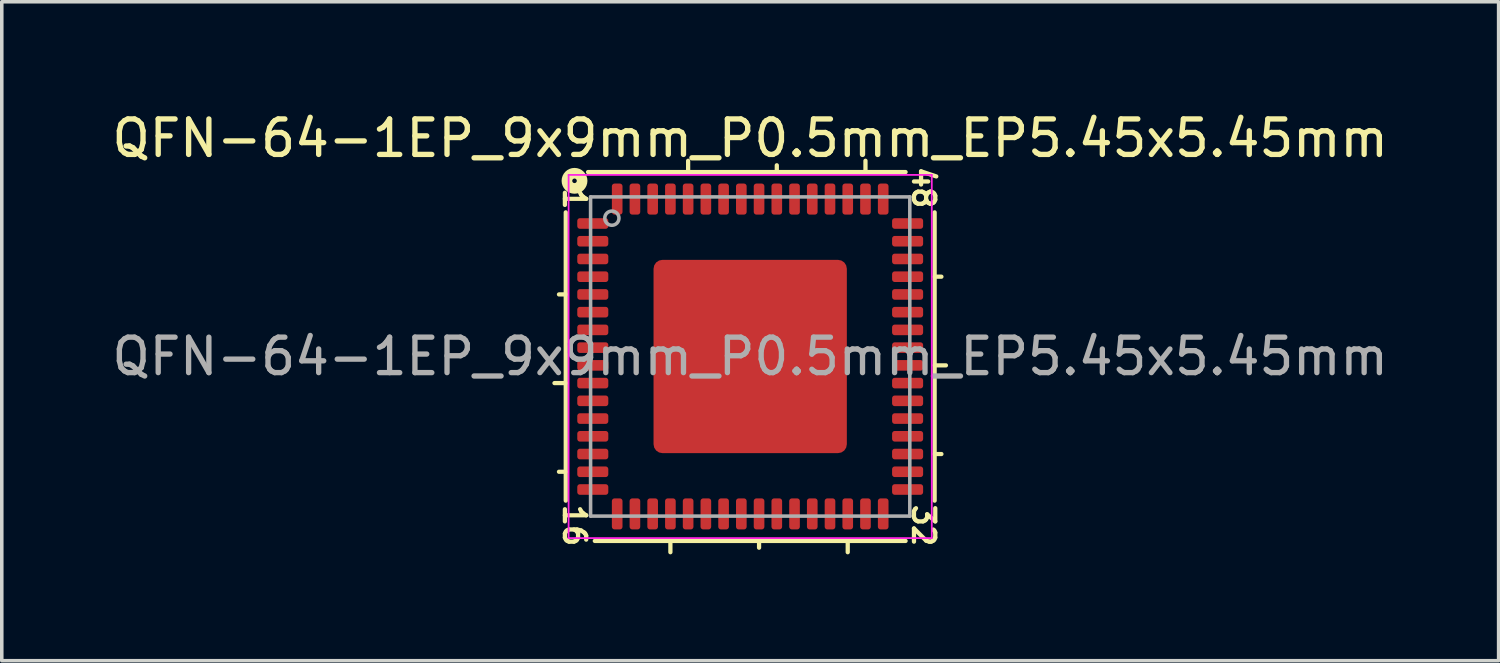
<source format=kicad_pcb>
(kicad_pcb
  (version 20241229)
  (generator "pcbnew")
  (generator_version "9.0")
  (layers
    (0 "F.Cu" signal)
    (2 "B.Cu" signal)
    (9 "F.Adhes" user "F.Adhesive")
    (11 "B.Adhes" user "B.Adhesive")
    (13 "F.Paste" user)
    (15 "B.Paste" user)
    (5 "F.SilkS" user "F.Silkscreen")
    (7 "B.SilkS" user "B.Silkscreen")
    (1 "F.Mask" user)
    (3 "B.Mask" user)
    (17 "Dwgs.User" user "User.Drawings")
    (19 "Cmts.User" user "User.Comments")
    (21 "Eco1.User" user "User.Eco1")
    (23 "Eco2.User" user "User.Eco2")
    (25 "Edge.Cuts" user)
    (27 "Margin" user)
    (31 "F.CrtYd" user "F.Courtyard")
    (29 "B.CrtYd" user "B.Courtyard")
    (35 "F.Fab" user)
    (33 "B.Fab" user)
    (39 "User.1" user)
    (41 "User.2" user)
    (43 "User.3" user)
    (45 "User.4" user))
  (footprint "QFN-64-1EP_9x9mm_P0.5mm_EP5.45x5.45mm"
    (layer "F.Cu")
    (at 18.101 7.001)
    (property "Reference" "QFN-64-1EP_9x9mm_P0.5mm_EP5.45x5.45mm" (at 0 -6.152 0) (layer "F.SilkS") (effects (font (size 1 1) (thickness 0.15))))
    (attr smd)
    (fp_line (start -5.2 -4.064) (end -5.2 4.064) (stroke (width 0.12) (type solid)) (layer "F.SilkS"))
    (fp_line (start -5.2 -1.75) (end -5.391 -1.75) (stroke (width 0.12) (type solid)) (layer "F.SilkS"))
    (fp_line (start -5.2 0.75) (end -5.518 0.75) (stroke (width 0.12) (type solid)) (layer "F.SilkS"))
    (fp_line (start -5.2 3.25) (end -5.391 3.25) (stroke (width 0.12) (type solid)) (layer "F.SilkS"))
    (fp_line (start -4.381 5.2) (end 4.381 5.2) (stroke (width 0.12) (type solid)) (layer "F.SilkS"))
    (fp_line (start -2.25 5.2) (end -2.25 5.518) (stroke (width 0.12) (type solid)) (layer "F.SilkS"))
    (fp_line (start -1.75 -5.2) (end -1.75 -5.518) (stroke (width 0.12) (type solid)) (layer "F.SilkS"))
    (fp_line (start 0.25 5.2) (end 0.25 5.391) (stroke (width 0.12) (type solid)) (layer "F.SilkS"))
    (fp_line (start 0.75 -5.2) (end 0.75 -5.391) (stroke (width 0.12) (type solid)) (layer "F.SilkS"))
    (fp_line (start 2.75 5.2) (end 2.75 5.518) (stroke (width 0.12) (type solid)) (layer "F.SilkS"))
    (fp_line (start 3.25 -5.2) (end 3.25 -5.518) (stroke (width 0.12) (type solid)) (layer "F.SilkS"))
    (fp_line (start 4.381 -5.2) (end -4.572 -5.2) (stroke (width 0.12) (type solid)) (layer "F.SilkS"))
    (fp_line (start 5.2 -2.25) (end 5.391 -2.25) (stroke (width 0.12) (type solid)) (layer "F.SilkS"))
    (fp_line (start 5.2 0.25) (end 5.518 0.25) (stroke (width 0.12) (type solid)) (layer "F.SilkS"))
    (fp_line (start 5.2 2.75) (end 5.391 2.75) (stroke (width 0.12) (type solid)) (layer "F.SilkS"))
    (fp_line (start 5.2 4.064) (end 5.2 -4.064) (stroke (width 0.12) (type solid)) (layer "F.SilkS"))
    (fp_circle (center -4.953 -4.953) (end -4.889 -4.953) (stroke (width 0.3) (type solid)) (fill no) (layer "F.SilkS"))
    (fp_line (start -5.12 -5.12) (end -5.12 5.12) (stroke (width 0.05) (type solid)) (layer "F.CrtYd"))
    (fp_line (start -5.12 5.12) (end 5.12 5.12) (stroke (width 0.05) (type solid)) (layer "F.CrtYd"))
    (fp_line (start 5.12 -5.12) (end -5.12 -5.12) (stroke (width 0.05) (type solid)) (layer "F.CrtYd"))
    (fp_line (start 5.12 5.12) (end 5.12 -5.12) (stroke (width 0.05) (type solid)) (layer "F.CrtYd"))
    (fp_line (start -4.5 -4.5) (end 4.5 -4.5) (stroke (width 0.1) (type solid)) (layer "F.Fab"))
    (fp_line (start -4.5 4.5) (end -4.5 -4.5) (stroke (width 0.1) (type solid)) (layer "F.Fab"))
    (fp_line (start 4.5 -4.5) (end 4.5 4.5) (stroke (width 0.1) (type solid)) (layer "F.Fab"))
    (fp_line (start 4.5 4.5) (end -4.5 4.5) (stroke (width 0.1) (type solid)) (layer "F.Fab"))
    (fp_circle (center -3.9 -3.9) (end -3.7 -3.9) (stroke (width 0.1) (type solid)) (fill no) (layer "F.Fab"))
    (fp_text user "1" (at -4.953 -4.445 270) (unlocked yes) (layer "F.SilkS") (effects (font (size 0.6 0.6) (thickness 0.12))))
    (fp_text user "48" (at 4.889 -4.763 270) (unlocked yes) (layer "F.SilkS") (effects (font (size 0.6 0.6) (thickness 0.12))))
    (fp_text user "32" (at 4.889 4.763 270) (unlocked yes) (layer "F.SilkS") (effects (font (size 0.6 0.6) (thickness 0.12))))
    (fp_text user "16" (at -4.953 4.763 270) (unlocked yes) (layer "F.SilkS") (effects (font (size 0.6 0.6) (thickness 0.12))))
    (fp_text user "${REFERENCE}" (at 0 0 0) (layer "F.Fab") (effects (font (size 1 1) (thickness 0.15))))
    (pad "" smd roundrect (at -2.04 -2.04) (size 1.1 1.1) (layers "F.Paste") (roundrect_rratio 0.227))
    (pad "" smd roundrect (at -2.04 -0.68) (size 1.1 1.1) (layers "F.Paste") (roundrect_rratio 0.227))
    (pad "" smd roundrect (at -2.04 0.68) (size 1.1 1.1) (layers "F.Paste") (roundrect_rratio 0.227))
    (pad "" smd roundrect (at -2.04 2.04) (size 1.1 1.1) (layers "F.Paste") (roundrect_rratio 0.227))
    (pad "" smd roundrect (at -0.68 -2.04) (size 1.1 1.1) (layers "F.Paste") (roundrect_rratio 0.227))
    (pad "" smd roundrect (at -0.68 -0.68) (size 1.1 1.1) (layers "F.Paste") (roundrect_rratio 0.227))
    (pad "" smd roundrect (at -0.68 0.68) (size 1.1 1.1) (layers "F.Paste") (roundrect_rratio 0.227))
    (pad "" smd roundrect (at -0.68 2.04) (size 1.1 1.1) (layers "F.Paste") (roundrect_rratio 0.227))
    (pad "" smd roundrect (at 0.68 -2.04) (size 1.1 1.1) (layers "F.Paste") (roundrect_rratio 0.227))
    (pad "" smd roundrect (at 0.68 -0.68) (size 1.1 1.1) (layers "F.Paste") (roundrect_rratio 0.227))
    (pad "" smd roundrect (at 0.68 0.68) (size 1.1 1.1) (layers "F.Paste") (roundrect_rratio 0.227))
    (pad "" smd roundrect (at 0.68 2.04) (size 1.1 1.1) (layers "F.Paste") (roundrect_rratio 0.227))
    (pad "" smd roundrect (at 2.04 -2.04) (size 1.1 1.1) (layers "F.Paste") (roundrect_rratio 0.227))
    (pad "" smd roundrect (at 2.04 -0.68) (size 1.1 1.1) (layers "F.Paste") (roundrect_rratio 0.227))
    (pad "" smd roundrect (at 2.04 0.68) (size 1.1 1.1) (layers "F.Paste") (roundrect_rratio 0.227))
    (pad "" smd roundrect (at 2.04 2.04) (size 1.1 1.1) (layers "F.Paste") (roundrect_rratio 0.227))
    (pad "1" smd roundrect (at -4.438 -3.75) (size 0.875 0.3) (layers "F.Cu" "F.Mask" "F.Paste") (roundrect_rratio 0.25))
    (pad "2" smd roundrect (at -4.438 -3.25) (size 0.875 0.3) (layers "F.Cu" "F.Mask" "F.Paste") (roundrect_rratio 0.25))
    (pad "3" smd roundrect (at -4.438 -2.75) (size 0.875 0.3) (layers "F.Cu" "F.Mask" "F.Paste") (roundrect_rratio 0.25))
    (pad "4" smd roundrect (at -4.438 -2.25) (size 0.875 0.3) (layers "F.Cu" "F.Mask" "F.Paste") (roundrect_rratio 0.25))
    (pad "5" smd roundrect (at -4.438 -1.75) (size 0.875 0.3) (layers "F.Cu" "F.Mask" "F.Paste") (roundrect_rratio 0.25))
    (pad "6" smd roundrect (at -4.438 -1.25) (size 0.875 0.3) (layers "F.Cu" "F.Mask" "F.Paste") (roundrect_rratio 0.25))
    (pad "7" smd roundrect (at -4.438 -0.75) (size 0.875 0.3) (layers "F.Cu" "F.Mask" "F.Paste") (roundrect_rratio 0.25))
    (pad "8" smd roundrect (at -4.438 -0.25) (size 0.875 0.3) (layers "F.Cu" "F.Mask" "F.Paste") (roundrect_rratio 0.25))
    (pad "9" smd roundrect (at -4.438 0.25) (size 0.875 0.3) (layers "F.Cu" "F.Mask" "F.Paste") (roundrect_rratio 0.25))
    (pad "10" smd roundrect (at -4.438 0.75) (size 0.875 0.3) (layers "F.Cu" "F.Mask" "F.Paste") (roundrect_rratio 0.25))
    (pad "11" smd roundrect (at -4.438 1.25) (size 0.875 0.3) (layers "F.Cu" "F.Mask" "F.Paste") (roundrect_rratio 0.25))
    (pad "12" smd roundrect (at -4.438 1.75) (size 0.875 0.3) (layers "F.Cu" "F.Mask" "F.Paste") (roundrect_rratio 0.25))
    (pad "13" smd roundrect (at -4.438 2.25) (size 0.875 0.3) (layers "F.Cu" "F.Mask" "F.Paste") (roundrect_rratio 0.25))
    (pad "14" smd roundrect (at -4.438 2.75) (size 0.875 0.3) (layers "F.Cu" "F.Mask" "F.Paste") (roundrect_rratio 0.25))
    (pad "15" smd roundrect (at -4.438 3.25) (size 0.875 0.3) (layers "F.Cu" "F.Mask" "F.Paste") (roundrect_rratio 0.25))
    (pad "16" smd roundrect (at -4.438 3.75) (size 0.875 0.3) (layers "F.Cu" "F.Mask" "F.Paste") (roundrect_rratio 0.25))
    (pad "17" smd roundrect (at -3.75 4.438) (size 0.3 0.875) (layers "F.Cu" "F.Mask" "F.Paste") (roundrect_rratio 0.25))
    (pad "18" smd roundrect (at -3.25 4.438) (size 0.3 0.875) (layers "F.Cu" "F.Mask" "F.Paste") (roundrect_rratio 0.25))
    (pad "19" smd roundrect (at -2.75 4.438) (size 0.3 0.875) (layers "F.Cu" "F.Mask" "F.Paste") (roundrect_rratio 0.25))
    (pad "20" smd roundrect (at -2.25 4.438) (size 0.3 0.875) (layers "F.Cu" "F.Mask" "F.Paste") (roundrect_rratio 0.25))
    (pad "21" smd roundrect (at -1.75 4.438) (size 0.3 0.875) (layers "F.Cu" "F.Mask" "F.Paste") (roundrect_rratio 0.25))
    (pad "22" smd roundrect (at -1.25 4.438) (size 0.3 0.875) (layers "F.Cu" "F.Mask" "F.Paste") (roundrect_rratio 0.25))
    (pad "23" smd roundrect (at -0.75 4.438) (size 0.3 0.875) (layers "F.Cu" "F.Mask" "F.Paste") (roundrect_rratio 0.25))
    (pad "24" smd roundrect (at -0.25 4.438) (size 0.3 0.875) (layers "F.Cu" "F.Mask" "F.Paste") (roundrect_rratio 0.25))
    (pad "25" smd roundrect (at 0.25 4.438) (size 0.3 0.875) (layers "F.Cu" "F.Mask" "F.Paste") (roundrect_rratio 0.25))
    (pad "26" smd roundrect (at 0.75 4.438) (size 0.3 0.875) (layers "F.Cu" "F.Mask" "F.Paste") (roundrect_rratio 0.25))
    (pad "27" smd roundrect (at 1.25 4.438) (size 0.3 0.875) (layers "F.Cu" "F.Mask" "F.Paste") (roundrect_rratio 0.25))
    (pad "28" smd roundrect (at 1.75 4.438) (size 0.3 0.875) (layers "F.Cu" "F.Mask" "F.Paste") (roundrect_rratio 0.25))
    (pad "29" smd roundrect (at 2.25 4.438) (size 0.3 0.875) (layers "F.Cu" "F.Mask" "F.Paste") (roundrect_rratio 0.25))
    (pad "30" smd roundrect (at 2.75 4.438) (size 0.3 0.875) (layers "F.Cu" "F.Mask" "F.Paste") (roundrect_rratio 0.25))
    (pad "31" smd roundrect (at 3.25 4.438) (size 0.3 0.875) (layers "F.Cu" "F.Mask" "F.Paste") (roundrect_rratio 0.25))
    (pad "32" smd roundrect (at 3.75 4.438) (size 0.3 0.875) (layers "F.Cu" "F.Mask" "F.Paste") (roundrect_rratio 0.25))
    (pad "33" smd roundrect (at 4.438 3.75) (size 0.875 0.3) (layers "F.Cu" "F.Mask" "F.Paste") (roundrect_rratio 0.25))
    (pad "34" smd roundrect (at 4.438 3.25) (size 0.875 0.3) (layers "F.Cu" "F.Mask" "F.Paste") (roundrect_rratio 0.25))
    (pad "35" smd roundrect (at 4.438 2.75) (size 0.875 0.3) (layers "F.Cu" "F.Mask" "F.Paste") (roundrect_rratio 0.25))
    (pad "36" smd roundrect (at 4.438 2.25) (size 0.875 0.3) (layers "F.Cu" "F.Mask" "F.Paste") (roundrect_rratio 0.25))
    (pad "37" smd roundrect (at 4.438 1.75) (size 0.875 0.3) (layers "F.Cu" "F.Mask" "F.Paste") (roundrect_rratio 0.25))
    (pad "38" smd roundrect (at 4.438 1.25) (size 0.875 0.3) (layers "F.Cu" "F.Mask" "F.Paste") (roundrect_rratio 0.25))
    (pad "39" smd roundrect (at 4.438 0.75) (size 0.875 0.3) (layers "F.Cu" "F.Mask" "F.Paste") (roundrect_rratio 0.25))
    (pad "40" smd roundrect (at 4.438 0.25) (size 0.875 0.3) (layers "F.Cu" "F.Mask" "F.Paste") (roundrect_rratio 0.25))
    (pad "41" smd roundrect (at 4.438 -0.25) (size 0.875 0.3) (layers "F.Cu" "F.Mask" "F.Paste") (roundrect_rratio 0.25))
    (pad "42" smd roundrect (at 4.438 -0.75) (size 0.875 0.3) (layers "F.Cu" "F.Mask" "F.Paste") (roundrect_rratio 0.25))
    (pad "43" smd roundrect (at 4.438 -1.25) (size 0.875 0.3) (layers "F.Cu" "F.Mask" "F.Paste") (roundrect_rratio 0.25))
    (pad "44" smd roundrect (at 4.438 -1.75) (size 0.875 0.3) (layers "F.Cu" "F.Mask" "F.Paste") (roundrect_rratio 0.25))
    (pad "45" smd roundrect (at 4.438 -2.25) (size 0.875 0.3) (layers "F.Cu" "F.Mask" "F.Paste") (roundrect_rratio 0.25))
    (pad "46" smd roundrect (at 4.438 -2.75) (size 0.875 0.3) (layers "F.Cu" "F.Mask" "F.Paste") (roundrect_rratio 0.25))
    (pad "47" smd roundrect (at 4.438 -3.25) (size 0.875 0.3) (layers "F.Cu" "F.Mask" "F.Paste") (roundrect_rratio 0.25))
    (pad "48" smd roundrect (at 4.438 -3.75) (size 0.875 0.3) (layers "F.Cu" "F.Mask" "F.Paste") (roundrect_rratio 0.25))
    (pad "49" smd roundrect (at 3.75 -4.438) (size 0.3 0.875) (layers "F.Cu" "F.Mask" "F.Paste") (roundrect_rratio 0.25))
    (pad "50" smd roundrect (at 3.25 -4.438) (size 0.3 0.875) (layers "F.Cu" "F.Mask" "F.Paste") (roundrect_rratio 0.25))
    (pad "51" smd roundrect (at 2.75 -4.438) (size 0.3 0.875) (layers "F.Cu" "F.Mask" "F.Paste") (roundrect_rratio 0.25))
    (pad "52" smd roundrect (at 2.25 -4.438) (size 0.3 0.875) (layers "F.Cu" "F.Mask" "F.Paste") (roundrect_rratio 0.25))
    (pad "53" smd roundrect (at 1.75 -4.438) (size 0.3 0.875) (layers "F.Cu" "F.Mask" "F.Paste") (roundrect_rratio 0.25))
    (pad "54" smd roundrect (at 1.25 -4.438) (size 0.3 0.875) (layers "F.Cu" "F.Mask" "F.Paste") (roundrect_rratio 0.25))
    (pad "55" smd roundrect (at 0.75 -4.438) (size 0.3 0.875) (layers "F.Cu" "F.Mask" "F.Paste") (roundrect_rratio 0.25))
    (pad "56" smd roundrect (at 0.25 -4.438) (size 0.3 0.875) (layers "F.Cu" "F.Mask" "F.Paste") (roundrect_rratio 0.25))
    (pad "57" smd roundrect (at -0.25 -4.438) (size 0.3 0.875) (layers "F.Cu" "F.Mask" "F.Paste") (roundrect_rratio 0.25))
    (pad "58" smd roundrect (at -0.75 -4.438) (size 0.3 0.875) (layers "F.Cu" "F.Mask" "F.Paste") (roundrect_rratio 0.25))
    (pad "59" smd roundrect (at -1.25 -4.438) (size 0.3 0.875) (layers "F.Cu" "F.Mask" "F.Paste") (roundrect_rratio 0.25))
    (pad "60" smd roundrect (at -1.75 -4.438) (size 0.3 0.875) (layers "F.Cu" "F.Mask" "F.Paste") (roundrect_rratio 0.25))
    (pad "61" smd roundrect (at -2.25 -4.438) (size 0.3 0.875) (layers "F.Cu" "F.Mask" "F.Paste") (roundrect_rratio 0.25))
    (pad "62" smd roundrect (at -2.75 -4.438) (size 0.3 0.875) (layers "F.Cu" "F.Mask" "F.Paste") (roundrect_rratio 0.25))
    (pad "63" smd roundrect (at -3.25 -4.438) (size 0.3 0.875) (layers "F.Cu" "F.Mask" "F.Paste") (roundrect_rratio 0.25))
    (pad "64" smd roundrect (at -3.75 -4.438) (size 0.3 0.875) (layers "F.Cu" "F.Mask" "F.Paste") (roundrect_rratio 0.25))
    (pad "65" smd roundrect (at 0 0) (size 5.45 5.45) (layers "F.Cu" "F.Mask") (roundrect_rratio 0.046)))
  (gr_rect
    (start -3 -3)
    (end 39.202 15.578)
    (stroke (width 0.1) (type default))
    (fill no)
    (layer "Edge.Cuts")))
</source>
